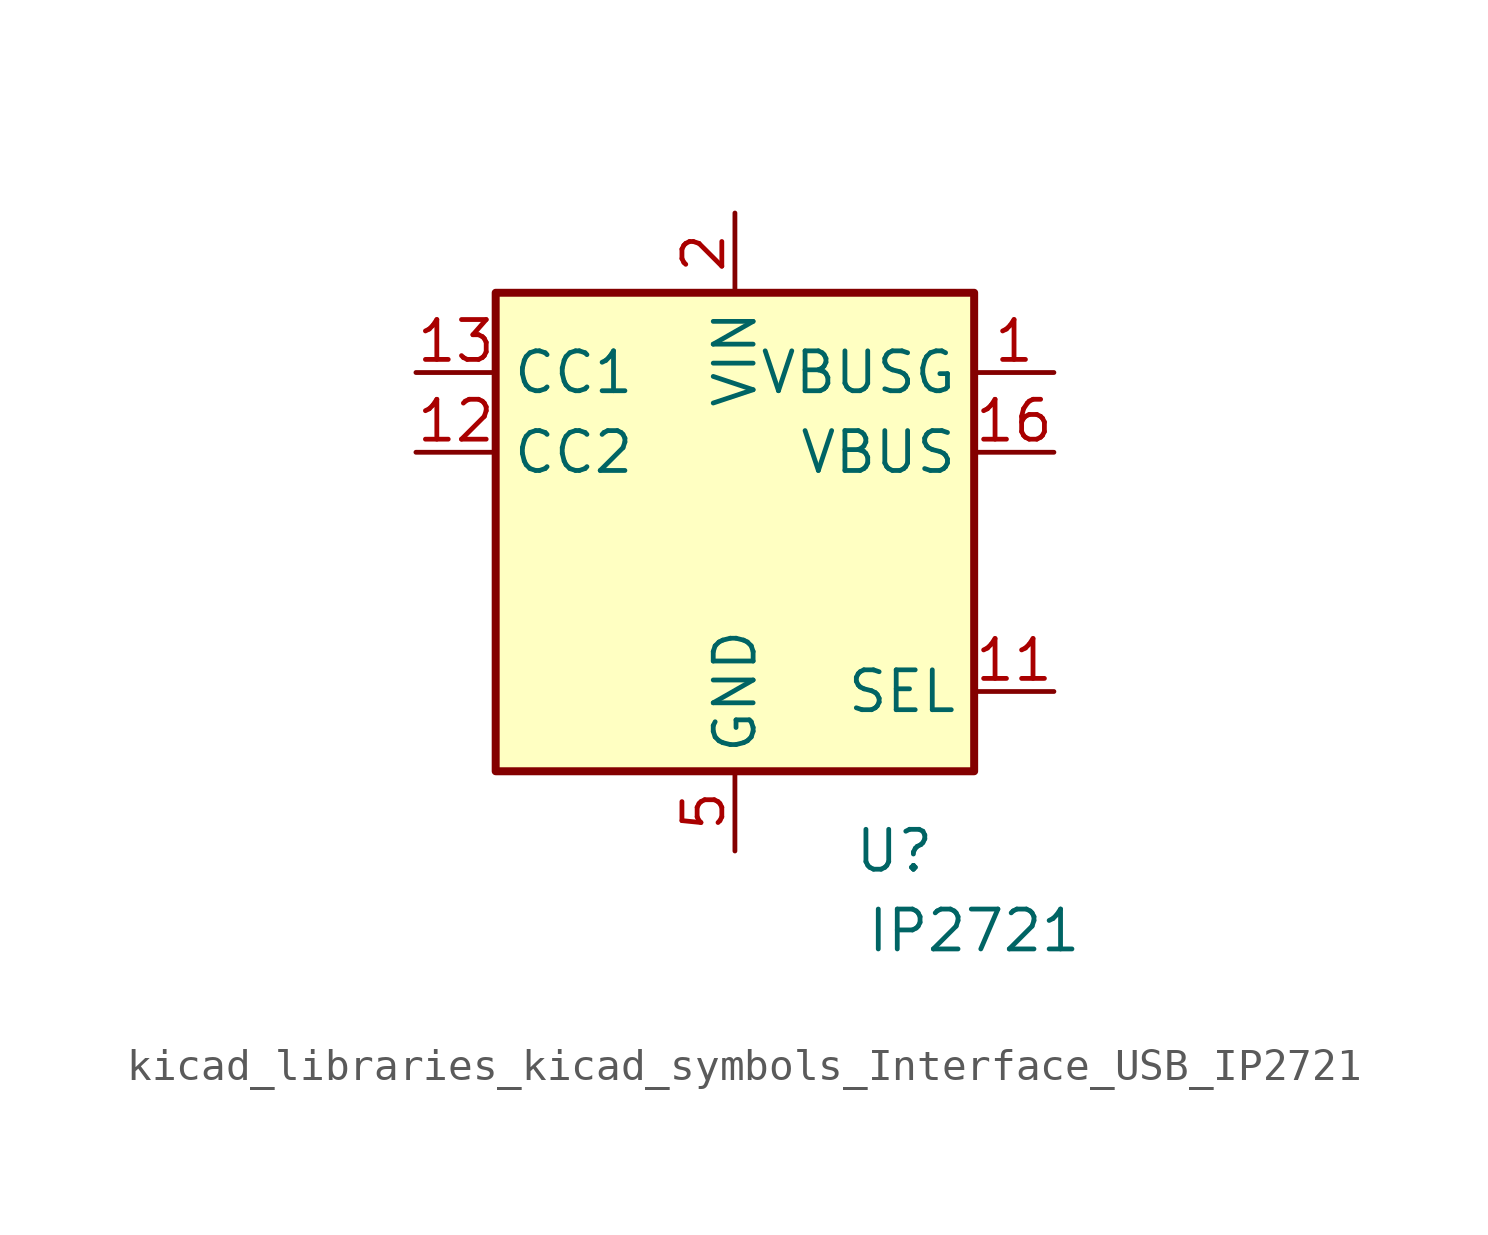
<source format=kicad_sym>
(kicad_symbol_lib
  (version 20220914)
  (generator kicad_symbol_editor)
  (symbol "kicad_libraries_kicad_symbols_Interface_USB_IP2721"
    (property "Reference" "U"
      (at 5.08 -10.16 0)
      (effects (font (size 1.27 1.27))))
    (property "Value" "IP2721"
      (at 7.62 -12.7 0)
      (effects (font (size 1.27 1.27))))
    (symbol "kicad_libraries_kicad_symbols_Interface_USB_IP2721_0_1"
      (rectangle (start -7.62 7.62) (end 7.62 -7.62) (stroke (width 0.254) (type default)) (fill (type background))))
    (symbol "kicad_libraries_kicad_symbols_Interface_USB_IP2721_1_1"
      (pin output line (at 10.16 5.08 180) (length 2.54) (name "VBUSG" (effects (font (size 1.27 1.27)))) (number "1" (effects (font (size 1.27 1.27)))))
      (pin no_connect line (at -2.54 -7.62 90) (length 2.54) hide (name "NC" (effects (font (size 1.27 1.27)))) (number "10" (effects (font (size 1.27 1.27)))))
      (pin input line (at 10.16 -5.08 180) (length 2.54) (name "SEL" (effects (font (size 1.27 1.27)))) (number "11" (effects (font (size 1.27 1.27)))))
      (pin bidirectional line (at -10.16 2.54 0) (length 2.54) (name "CC2" (effects (font (size 1.27 1.27)))) (number "12" (effects (font (size 1.27 1.27)))))
      (pin bidirectional line (at -10.16 5.08 0) (length 2.54) (name "CC1" (effects (font (size 1.27 1.27)))) (number "13" (effects (font (size 1.27 1.27)))))
      (pin no_connect line (at 2.54 -7.62 90) (length 2.54) hide (name "NC" (effects (font (size 1.27 1.27)))) (number "14" (effects (font (size 1.27 1.27)))))
      (pin no_connect line (at 5.08 -7.62 90) (length 2.54) hide (name "NC" (effects (font (size 1.27 1.27)))) (number "15" (effects (font (size 1.27 1.27)))))
      (pin input line (at 10.16 2.54 180) (length 2.54) (name "VBUS" (effects (font (size 1.27 1.27)))) (number "16" (effects (font (size 1.27 1.27)))))
      (pin power_in line (at 0 10.16 270) (length 2.54) (name "VIN" (effects (font (size 1.27 1.27)))) (number "2" (effects (font (size 1.27 1.27)))))
      (pin no_connect line (at -5.08 7.62 270) (length 2.54) hide (name "NC" (effects (font (size 1.27 1.27)))) (number "3" (effects (font (size 1.27 1.27)))))
      (pin no_connect line (at -7.62 -2.54 0) (length 2.54) hide (name "NC" (effects (font (size 1.27 1.27)))) (number "4" (effects (font (size 1.27 1.27)))))
      (pin power_in line (at 0 -10.16 90) (length 2.54) (name "GND" (effects (font (size 1.27 1.27)))) (number "5" (effects (font (size 1.27 1.27)))))
      (pin no_connect line (at -2.54 7.62 270) (length 2.54) hide (name "NC" (effects (font (size 1.27 1.27)))) (number "6" (effects (font (size 1.27 1.27)))))
      (pin no_connect line (at 2.54 7.62 90) (length 2.54) hide (name "NC" (effects (font (size 1.27 1.27)))) (number "7" (effects (font (size 1.27 1.27)))))
      (pin no_connect line (at 5.08 7.62 90) (length 2.54) hide (name "NC" (effects (font (size 1.27 1.27)))) (number "8" (effects (font (size 1.27 1.27)))))
      (pin no_connect line (at -5.08 -7.62 90) (length 2.54) hide (name "NC" (effects (font (size 1.27 1.27)))) (number "9" (effects (font (size 1.27 1.27))))))))
</source>
